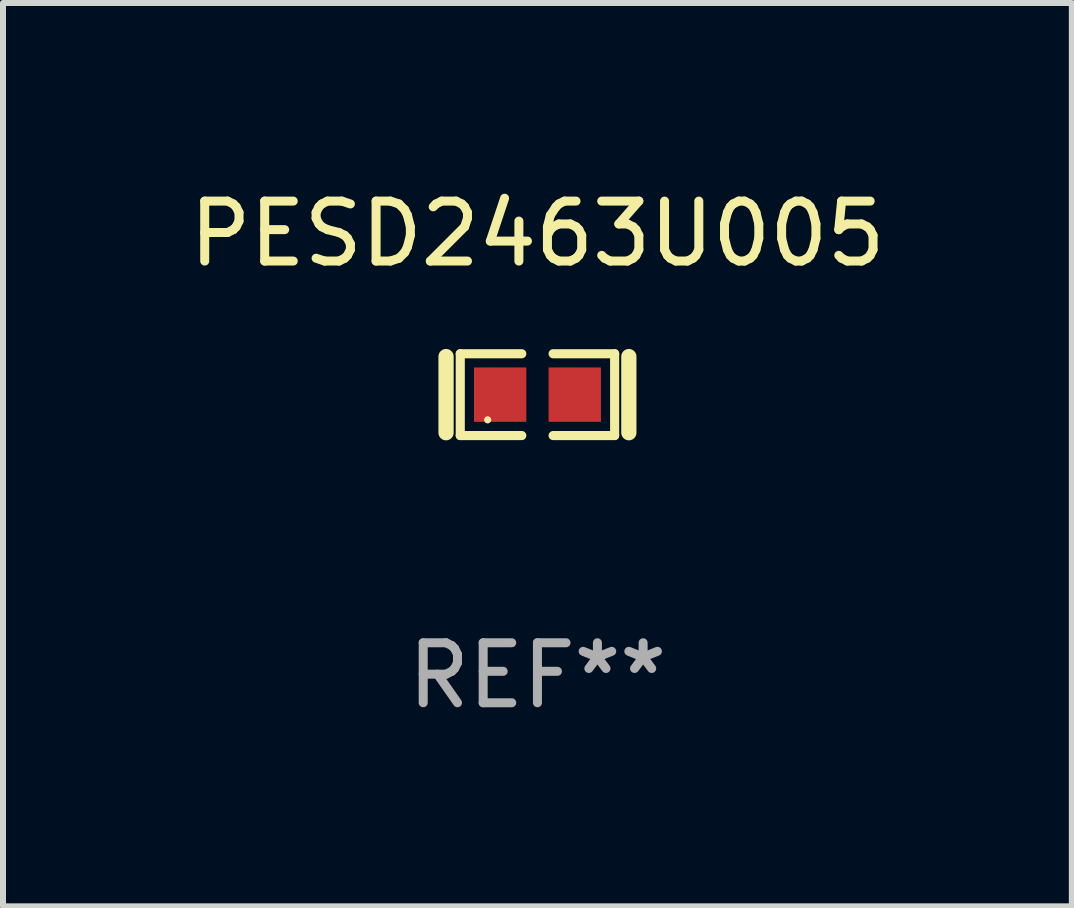
<source format=kicad_pcb>
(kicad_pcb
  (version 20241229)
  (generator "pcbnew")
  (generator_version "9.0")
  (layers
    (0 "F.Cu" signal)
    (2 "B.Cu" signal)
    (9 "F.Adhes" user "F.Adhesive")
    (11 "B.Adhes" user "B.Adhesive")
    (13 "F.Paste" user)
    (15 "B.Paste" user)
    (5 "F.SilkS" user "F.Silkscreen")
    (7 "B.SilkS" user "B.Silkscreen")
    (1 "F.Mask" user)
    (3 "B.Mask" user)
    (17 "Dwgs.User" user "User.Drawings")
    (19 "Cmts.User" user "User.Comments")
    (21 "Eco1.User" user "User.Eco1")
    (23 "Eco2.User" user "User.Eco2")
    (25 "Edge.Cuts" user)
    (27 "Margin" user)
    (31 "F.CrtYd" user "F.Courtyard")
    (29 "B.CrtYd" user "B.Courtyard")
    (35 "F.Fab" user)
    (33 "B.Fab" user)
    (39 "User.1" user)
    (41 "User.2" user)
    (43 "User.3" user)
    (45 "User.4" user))
  (footprint "PESD2463U005"
    (layer "F.Cu")
    (at 5.911 3.53)
    (property "Reference" "PESD2463U005" (at 0 -2.682 0) (layer "F.SilkS") (effects (font (size 1 1) (thickness 0.15))))
    (attr through_hole)
    (fp_line (start -1.524 -0.635) (end -1.524 0.635) (stroke (width 0.254) (type solid)) (layer "F.SilkS"))
    (fp_line (start -1.287 -0.682) (end -0.261 -0.682) (stroke (width 0.152) (type solid)) (layer "F.SilkS"))
    (fp_line (start -1.287 0.682) (end -1.287 -0.682) (stroke (width 0.152) (type solid)) (layer "F.SilkS"))
    (fp_line (start -0.261 0.682) (end -1.287 0.682) (stroke (width 0.152) (type solid)) (layer "F.SilkS"))
    (fp_line (start 0.261 0.682) (end 1.287 0.682) (stroke (width 0.152) (type solid)) (layer "F.SilkS"))
    (fp_line (start 1.287 -0.682) (end 0.261 -0.682) (stroke (width 0.152) (type solid)) (layer "F.SilkS"))
    (fp_line (start 1.287 0.682) (end 1.287 -0.682) (stroke (width 0.152) (type solid)) (layer "F.SilkS"))
    (fp_line (start 1.524 -0.635) (end 1.524 0.635) (stroke (width 0.254) (type solid)) (layer "F.SilkS"))
    (fp_circle (center -0.83 0.42) (end -0.8 0.42) (stroke (width 0.06) (type solid)) (fill no) (layer "F.SilkS"))
    (fp_text user "REF**" (at 0 4.682 0) (layer "F.Fab") (effects (font (size 1 1) (thickness 0.15))))
    (pad "1" smd rect (at -0.622 0) (size 0.873 0.907) (layers "F.Cu" "F.Mask" "F.Paste"))
    (pad "2" smd rect (at 0.622 0) (size 0.873 0.907) (layers "F.Cu" "F.Mask" "F.Paste")))
  (gr_rect
    (start -3 -3)
    (end 14.821 12.061)
    (stroke (width 0.1) (type default))
    (fill no)
    (layer "Edge.Cuts")))
</source>
